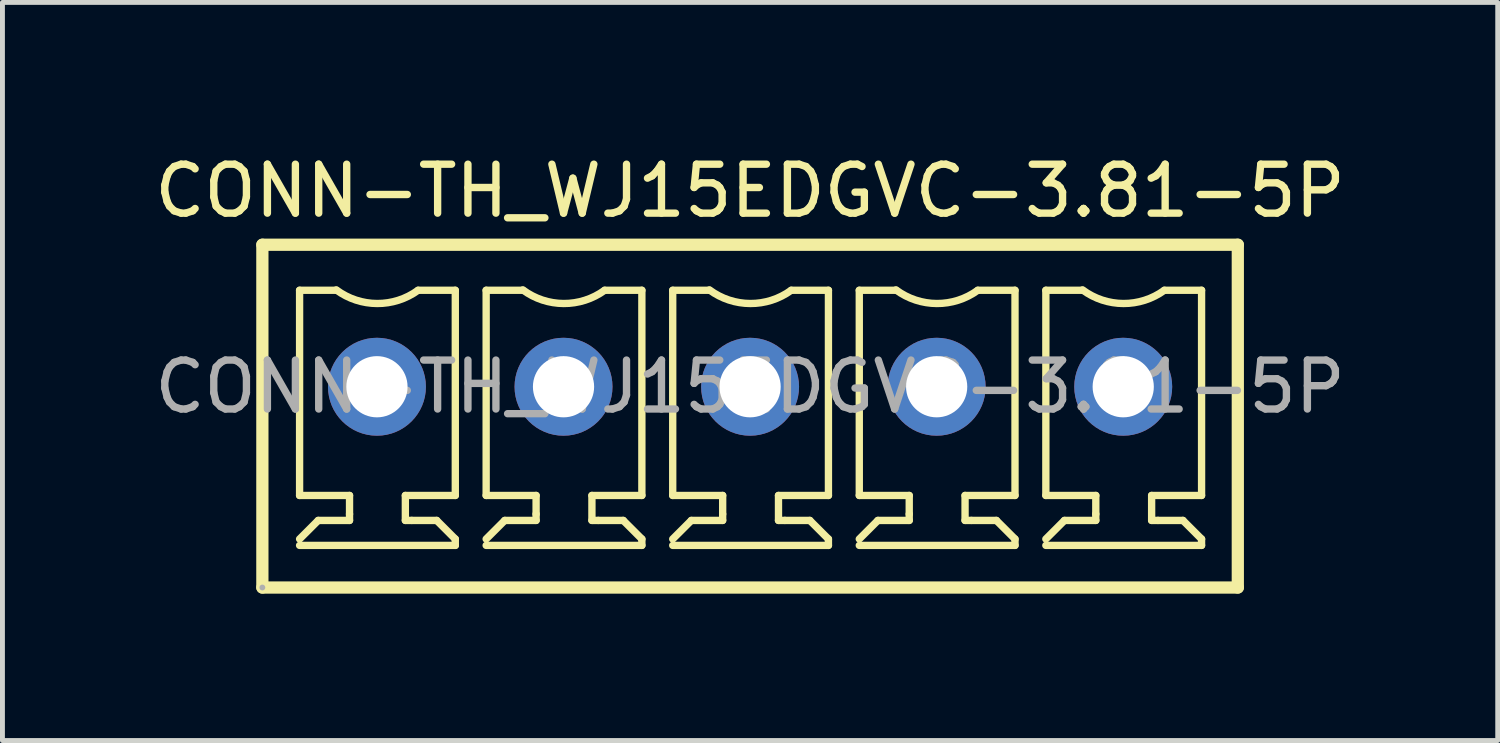
<source format=kicad_pcb>
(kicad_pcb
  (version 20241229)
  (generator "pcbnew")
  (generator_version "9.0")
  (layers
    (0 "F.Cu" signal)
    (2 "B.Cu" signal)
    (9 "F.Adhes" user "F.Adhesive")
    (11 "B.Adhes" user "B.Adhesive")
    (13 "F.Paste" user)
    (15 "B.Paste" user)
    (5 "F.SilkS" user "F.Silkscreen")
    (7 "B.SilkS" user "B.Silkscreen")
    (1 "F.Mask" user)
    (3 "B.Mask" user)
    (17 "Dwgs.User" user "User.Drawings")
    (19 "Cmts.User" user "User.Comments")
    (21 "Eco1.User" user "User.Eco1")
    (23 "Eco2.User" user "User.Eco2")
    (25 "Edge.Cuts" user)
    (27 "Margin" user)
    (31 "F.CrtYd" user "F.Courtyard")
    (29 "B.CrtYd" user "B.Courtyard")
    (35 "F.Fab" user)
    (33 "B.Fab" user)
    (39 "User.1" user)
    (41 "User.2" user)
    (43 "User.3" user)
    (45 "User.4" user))
  (footprint "CONN-TH_WJ15EDGVC-3.81-5P"
    (layer "F.Cu")
    (at 12.268 4.848)
    (property "Reference" "CONN-TH_WJ15EDGVC-3.81-5P" (at 0 -4 0) (layer "F.SilkS") (effects (font (size 1 1) (thickness 0.15))))
    (attr smd)
    (fp_line (start -9.96 -2.9) (end -9.96 4.1) (stroke (width 0.25) (type solid)) (layer "F.SilkS"))
    (fp_line (start -9.96 4.1) (end 9.96 4.1) (stroke (width 0.25) (type solid)) (layer "F.SilkS"))
    (fp_line (start -9.2 -1.97) (end -9.2 2.22) (stroke (width 0.15) (type solid)) (layer "F.SilkS"))
    (fp_line (start -9.2 -1.97) (end -8.45 -1.97) (stroke (width 0.15) (type solid)) (layer "F.SilkS"))
    (fp_line (start -9.2 2.22) (end -8.18 2.22) (stroke (width 0.15) (type solid)) (layer "F.SilkS"))
    (fp_line (start -9.2 3.24) (end -6.02 3.24) (stroke (width 0.15) (type solid)) (layer "F.SilkS"))
    (fp_line (start -8.82 2.73) (end -9.2 3.11) (stroke (width 0.15) (type solid)) (layer "F.SilkS"))
    (fp_line (start -8.18 2.22) (end -8.18 2.6) (stroke (width 0.15) (type solid)) (layer "F.SilkS"))
    (fp_line (start -8.18 2.6) (end -8.18 2.73) (stroke (width 0.15) (type solid)) (layer "F.SilkS"))
    (fp_line (start -8.18 2.73) (end -8.82 2.73) (stroke (width 0.15) (type solid)) (layer "F.SilkS"))
    (fp_line (start -7.04 2.22) (end -6.02 2.22) (stroke (width 0.15) (type solid)) (layer "F.SilkS"))
    (fp_line (start -7.04 2.73) (end -7.04 2.22) (stroke (width 0.15) (type solid)) (layer "F.SilkS"))
    (fp_line (start -6.91 2.73) (end -7.04 2.73) (stroke (width 0.15) (type solid)) (layer "F.SilkS"))
    (fp_line (start -6.78 -1.97) (end -6.02 -1.97) (stroke (width 0.15) (type solid)) (layer "F.SilkS"))
    (fp_line (start -6.4 2.73) (end -6.91 2.73) (stroke (width 0.15) (type solid)) (layer "F.SilkS"))
    (fp_line (start -6.02 2.22) (end -6.02 -1.97) (stroke (width 0.15) (type solid)) (layer "F.SilkS"))
    (fp_line (start -6.02 3.11) (end -6.4 2.73) (stroke (width 0.15) (type solid)) (layer "F.SilkS"))
    (fp_line (start -6.02 3.24) (end -6.02 3.11) (stroke (width 0.15) (type solid)) (layer "F.SilkS"))
    (fp_line (start -5.39 -1.97) (end -5.39 2.22) (stroke (width 0.15) (type solid)) (layer "F.SilkS"))
    (fp_line (start -5.39 -1.97) (end -4.64 -1.97) (stroke (width 0.15) (type solid)) (layer "F.SilkS"))
    (fp_line (start -5.39 2.22) (end -4.37 2.22) (stroke (width 0.15) (type solid)) (layer "F.SilkS"))
    (fp_line (start -5.39 3.24) (end -2.21 3.24) (stroke (width 0.15) (type solid)) (layer "F.SilkS"))
    (fp_line (start -5.01 2.73) (end -5.39 3.11) (stroke (width 0.15) (type solid)) (layer "F.SilkS"))
    (fp_line (start -4.37 2.22) (end -4.37 2.6) (stroke (width 0.15) (type solid)) (layer "F.SilkS"))
    (fp_line (start -4.37 2.6) (end -4.37 2.73) (stroke (width 0.15) (type solid)) (layer "F.SilkS"))
    (fp_line (start -4.37 2.73) (end -5.01 2.73) (stroke (width 0.15) (type solid)) (layer "F.SilkS"))
    (fp_line (start -3.23 2.22) (end -2.21 2.22) (stroke (width 0.15) (type solid)) (layer "F.SilkS"))
    (fp_line (start -3.23 2.73) (end -3.23 2.22) (stroke (width 0.15) (type solid)) (layer "F.SilkS"))
    (fp_line (start -3.1 2.73) (end -3.23 2.73) (stroke (width 0.15) (type solid)) (layer "F.SilkS"))
    (fp_line (start -2.97 -1.97) (end -2.21 -1.97) (stroke (width 0.15) (type solid)) (layer "F.SilkS"))
    (fp_line (start -2.59 2.73) (end -3.1 2.73) (stroke (width 0.15) (type solid)) (layer "F.SilkS"))
    (fp_line (start -2.21 2.22) (end -2.21 -1.97) (stroke (width 0.15) (type solid)) (layer "F.SilkS"))
    (fp_line (start -2.21 3.11) (end -2.59 2.73) (stroke (width 0.15) (type solid)) (layer "F.SilkS"))
    (fp_line (start -2.21 3.24) (end -2.21 3.11) (stroke (width 0.15) (type solid)) (layer "F.SilkS"))
    (fp_line (start -1.58 -1.97) (end -1.58 2.22) (stroke (width 0.15) (type solid)) (layer "F.SilkS"))
    (fp_line (start -1.58 -1.97) (end -0.83 -1.97) (stroke (width 0.15) (type solid)) (layer "F.SilkS"))
    (fp_line (start -1.58 2.22) (end -0.56 2.22) (stroke (width 0.15) (type solid)) (layer "F.SilkS"))
    (fp_line (start -1.58 3.24) (end 1.6 3.24) (stroke (width 0.15) (type solid)) (layer "F.SilkS"))
    (fp_line (start -1.2 2.73) (end -1.58 3.11) (stroke (width 0.15) (type solid)) (layer "F.SilkS"))
    (fp_line (start -0.56 2.22) (end -0.56 2.6) (stroke (width 0.15) (type solid)) (layer "F.SilkS"))
    (fp_line (start -0.56 2.6) (end -0.56 2.73) (stroke (width 0.15) (type solid)) (layer "F.SilkS"))
    (fp_line (start -0.56 2.73) (end -1.2 2.73) (stroke (width 0.15) (type solid)) (layer "F.SilkS"))
    (fp_line (start 0.58 2.22) (end 1.6 2.22) (stroke (width 0.15) (type solid)) (layer "F.SilkS"))
    (fp_line (start 0.58 2.73) (end 0.58 2.22) (stroke (width 0.15) (type solid)) (layer "F.SilkS"))
    (fp_line (start 0.71 2.73) (end 0.58 2.73) (stroke (width 0.15) (type solid)) (layer "F.SilkS"))
    (fp_line (start 0.84 -1.97) (end 1.6 -1.97) (stroke (width 0.15) (type solid)) (layer "F.SilkS"))
    (fp_line (start 1.22 2.73) (end 0.71 2.73) (stroke (width 0.15) (type solid)) (layer "F.SilkS"))
    (fp_line (start 1.6 2.22) (end 1.6 -1.97) (stroke (width 0.15) (type solid)) (layer "F.SilkS"))
    (fp_line (start 1.6 3.11) (end 1.22 2.73) (stroke (width 0.15) (type solid)) (layer "F.SilkS"))
    (fp_line (start 1.6 3.24) (end 1.6 3.11) (stroke (width 0.15) (type solid)) (layer "F.SilkS"))
    (fp_line (start 2.23 -1.97) (end 2.23 2.22) (stroke (width 0.15) (type solid)) (layer "F.SilkS"))
    (fp_line (start 2.23 -1.97) (end 2.98 -1.97) (stroke (width 0.15) (type solid)) (layer "F.SilkS"))
    (fp_line (start 2.23 2.22) (end 3.25 2.22) (stroke (width 0.15) (type solid)) (layer "F.SilkS"))
    (fp_line (start 2.23 3.24) (end 5.41 3.24) (stroke (width 0.15) (type solid)) (layer "F.SilkS"))
    (fp_line (start 2.61 2.73) (end 2.23 3.11) (stroke (width 0.15) (type solid)) (layer "F.SilkS"))
    (fp_line (start 3.25 2.22) (end 3.25 2.6) (stroke (width 0.15) (type solid)) (layer "F.SilkS"))
    (fp_line (start 3.25 2.6) (end 3.25 2.73) (stroke (width 0.15) (type solid)) (layer "F.SilkS"))
    (fp_line (start 3.25 2.73) (end 2.61 2.73) (stroke (width 0.15) (type solid)) (layer "F.SilkS"))
    (fp_line (start 4.39 2.22) (end 5.41 2.22) (stroke (width 0.15) (type solid)) (layer "F.SilkS"))
    (fp_line (start 4.39 2.73) (end 4.39 2.22) (stroke (width 0.15) (type solid)) (layer "F.SilkS"))
    (fp_line (start 4.52 2.73) (end 4.39 2.73) (stroke (width 0.15) (type solid)) (layer "F.SilkS"))
    (fp_line (start 4.65 -1.97) (end 5.41 -1.97) (stroke (width 0.15) (type solid)) (layer "F.SilkS"))
    (fp_line (start 5.03 2.73) (end 4.52 2.73) (stroke (width 0.15) (type solid)) (layer "F.SilkS"))
    (fp_line (start 5.41 2.22) (end 5.41 -1.97) (stroke (width 0.15) (type solid)) (layer "F.SilkS"))
    (fp_line (start 5.41 3.11) (end 5.03 2.73) (stroke (width 0.15) (type solid)) (layer "F.SilkS"))
    (fp_line (start 5.41 3.24) (end 5.41 3.11) (stroke (width 0.15) (type solid)) (layer "F.SilkS"))
    (fp_line (start 6.04 -1.97) (end 6.04 2.22) (stroke (width 0.15) (type solid)) (layer "F.SilkS"))
    (fp_line (start 6.04 -1.97) (end 6.79 -1.97) (stroke (width 0.15) (type solid)) (layer "F.SilkS"))
    (fp_line (start 6.04 2.22) (end 7.06 2.22) (stroke (width 0.15) (type solid)) (layer "F.SilkS"))
    (fp_line (start 6.04 3.24) (end 9.22 3.24) (stroke (width 0.15) (type solid)) (layer "F.SilkS"))
    (fp_line (start 6.42 2.73) (end 6.04 3.11) (stroke (width 0.15) (type solid)) (layer "F.SilkS"))
    (fp_line (start 7.06 2.22) (end 7.06 2.6) (stroke (width 0.15) (type solid)) (layer "F.SilkS"))
    (fp_line (start 7.06 2.6) (end 7.06 2.73) (stroke (width 0.15) (type solid)) (layer "F.SilkS"))
    (fp_line (start 7.06 2.73) (end 6.42 2.73) (stroke (width 0.15) (type solid)) (layer "F.SilkS"))
    (fp_line (start 8.2 2.22) (end 9.22 2.22) (stroke (width 0.15) (type solid)) (layer "F.SilkS"))
    (fp_line (start 8.2 2.73) (end 8.2 2.22) (stroke (width 0.15) (type solid)) (layer "F.SilkS"))
    (fp_line (start 8.33 2.73) (end 8.2 2.73) (stroke (width 0.15) (type solid)) (layer "F.SilkS"))
    (fp_line (start 8.46 -1.97) (end 9.22 -1.97) (stroke (width 0.15) (type solid)) (layer "F.SilkS"))
    (fp_line (start 8.84 2.73) (end 8.33 2.73) (stroke (width 0.15) (type solid)) (layer "F.SilkS"))
    (fp_line (start 9.22 2.22) (end 9.22 -1.97) (stroke (width 0.15) (type solid)) (layer "F.SilkS"))
    (fp_line (start 9.22 3.11) (end 8.84 2.73) (stroke (width 0.15) (type solid)) (layer "F.SilkS"))
    (fp_line (start 9.22 3.24) (end 9.22 3.11) (stroke (width 0.15) (type solid)) (layer "F.SilkS"))
    (fp_line (start 9.96 -2.9) (end -9.96 -2.9) (stroke (width 0.25) (type solid)) (layer "F.SilkS"))
    (fp_line (start 9.96 4.1) (end 9.96 -2.9) (stroke (width 0.25) (type solid)) (layer "F.SilkS"))
    (fp_arc (start -6.78 -1.97) (mid -7.616344 -1.699872) (end -8.450223 -1.977514) (stroke (width 0.15) (type solid)) (layer "F.SilkS"))
    (fp_arc (start -2.97 -1.97) (mid -3.806344 -1.699872) (end -4.640223 -1.977514) (stroke (width 0.15) (type solid)) (layer "F.SilkS"))
    (fp_arc (start 0.84 -1.97) (mid 0.003656 -1.699872) (end -0.830223 -1.977514) (stroke (width 0.15) (type solid)) (layer "F.SilkS"))
    (fp_arc (start 4.65 -1.97) (mid 3.813656 -1.699872) (end 2.979777 -1.977514) (stroke (width 0.15) (type solid)) (layer "F.SilkS"))
    (fp_arc (start 8.46 -1.97) (mid 7.623656 -1.699872) (end 6.789777 -1.977514) (stroke (width 0.15) (type solid)) (layer "F.SilkS"))
    (fp_circle (center -9.96 4.1) (end -9.93 4.1) (stroke (width 0.06) (type solid)) (fill no) (layer "F.Fab"))
    (fp_text user "${REFERENCE}" (at 0 0 0) (layer "F.Fab") (effects (font (size 1 1) (thickness 0.15))))
    (pad "1" thru_hole circle (at -7.62 0) (size 2 2) (drill 1.25) (layers "*.Cu" "*.Paste" "*.Mask"))
    (pad "2" thru_hole circle (at -3.81 0) (size 2 2) (drill 1.25) (layers "*.Cu" "*.Paste" "*.Mask"))
    (pad "3" thru_hole circle (at 0 0) (size 2 2) (drill 1.25) (layers "*.Cu" "*.Paste" "*.Mask"))
    (pad "4" thru_hole circle (at 3.81 0) (size 2 2) (drill 1.25) (layers "*.Cu" "*.Paste" "*.Mask"))
    (pad "5" thru_hole circle (at 7.62 0) (size 2 2) (drill 1.25) (layers "*.Cu" "*.Paste" "*.Mask")))
  (gr_rect
    (start -3 -3)
    (end 27.536 12.073)
    (stroke (width 0.1) (type default))
    (fill no)
    (layer "Edge.Cuts")))
</source>
